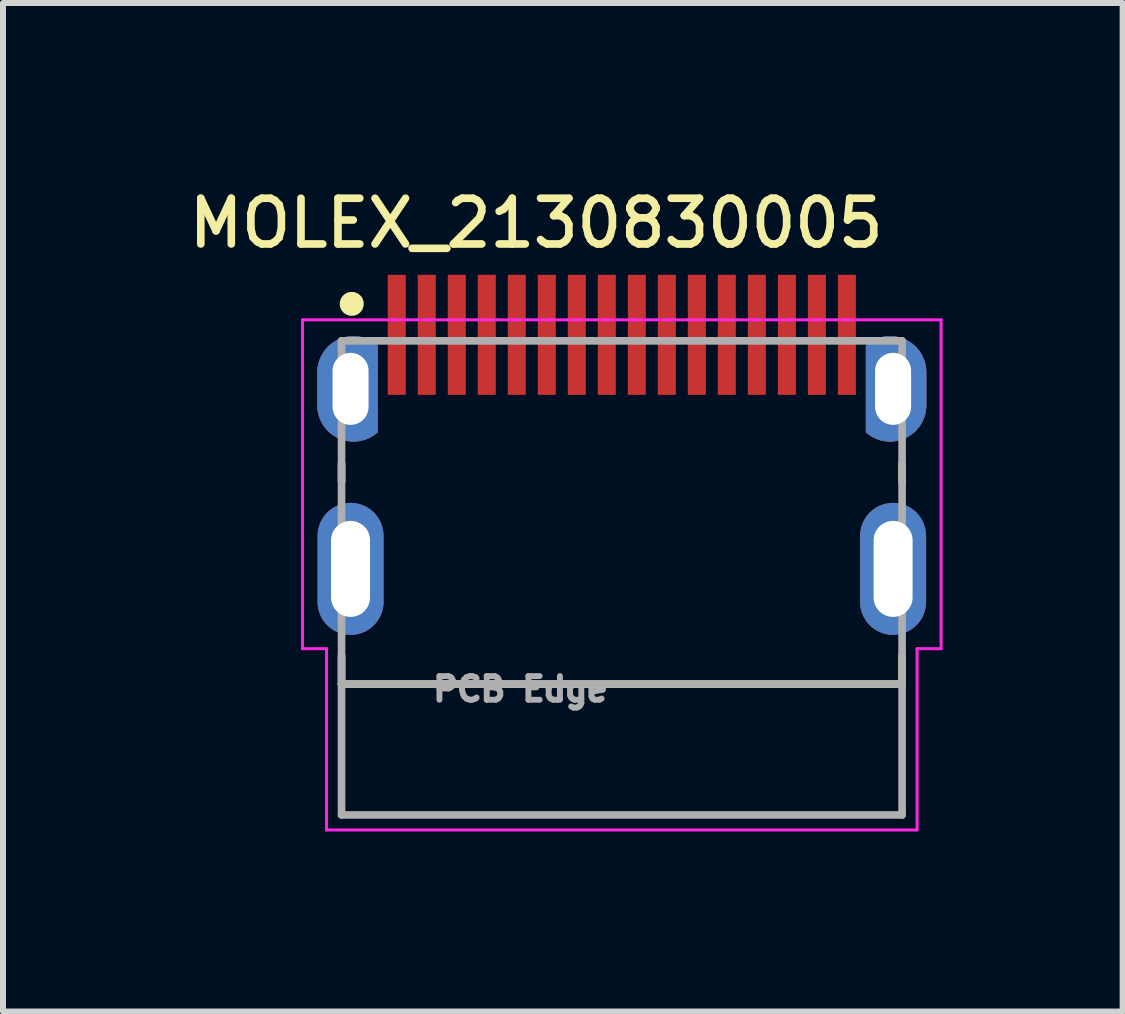
<source format=kicad_pcb>
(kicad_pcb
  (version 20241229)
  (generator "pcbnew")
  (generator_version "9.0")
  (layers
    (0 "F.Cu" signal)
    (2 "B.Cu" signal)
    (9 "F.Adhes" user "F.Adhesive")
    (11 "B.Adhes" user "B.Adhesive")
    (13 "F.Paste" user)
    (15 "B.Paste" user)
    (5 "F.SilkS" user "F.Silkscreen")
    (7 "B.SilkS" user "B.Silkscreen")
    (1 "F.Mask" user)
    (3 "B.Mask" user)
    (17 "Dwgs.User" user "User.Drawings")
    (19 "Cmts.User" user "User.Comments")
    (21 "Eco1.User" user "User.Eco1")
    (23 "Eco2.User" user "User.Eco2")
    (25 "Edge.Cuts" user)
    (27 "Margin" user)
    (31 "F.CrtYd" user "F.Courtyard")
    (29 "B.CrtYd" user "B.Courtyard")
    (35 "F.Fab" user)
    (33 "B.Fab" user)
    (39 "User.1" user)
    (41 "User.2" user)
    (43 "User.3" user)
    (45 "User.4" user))
  (footprint "MOLEX_2130830005"
    (layer "F.Cu")
    (at 7.311 3.029)
    (property "Reference" "MOLEX_2130830005" (at -1.427 -2.36 0) (layer "F.SilkS") (effects (font (size 0.762 0.762) (thickness 0.127))))
    (attr through_hole)
    (fp_poly (pts (xy -5.07 0.125) (xy -5.07 0.675) (xy -5.068 0.721) (xy -5.063 0.767) (xy -5.054 0.812) (xy -5.042 0.857) (xy -5.026 0.9) (xy -5.007 0.942) (xy -4.985 0.982) (xy -4.96 1.021) (xy -4.932 1.057) (xy -4.902 1.092) (xy -4.869 1.124) (xy -4.833 1.153) (xy -4.795 1.179) (xy -4.756 1.203) (xy -4.714 1.223) (xy -4.672 1.24) (xy -4.628 1.254) (xy -4.583 1.264) (xy -4.537 1.271) (xy -4.492 1.274) (xy -4.445 1.274) (xy -4.4 1.27) (xy -4.354 1.263) (xy -4.309 1.253) (xy -4.266 1.239) (xy -4.223 1.221) (xy -4.182 1.201) (xy -4.142 1.177) (xy -4.105 1.15) (xy -4.07 1.121) (xy -4.07 -0.321) (xy -4.105 -0.35) (xy -4.142 -0.377) (xy -4.182 -0.401) (xy -4.223 -0.421) (xy -4.266 -0.439) (xy -4.309 -0.453) (xy -4.354 -0.463) (xy -4.4 -0.47) (xy -4.445 -0.474) (xy -4.492 -0.474) (xy -4.537 -0.471) (xy -4.583 -0.464) (xy -4.628 -0.454) (xy -4.672 -0.44) (xy -4.714 -0.423) (xy -4.756 -0.403) (xy -4.795 -0.379) (xy -4.833 -0.353) (xy -4.869 -0.324) (xy -4.902 -0.292) (xy -4.932 -0.257) (xy -4.96 -0.221) (xy -4.985 -0.182) (xy -5.007 -0.142) (xy -5.026 -0.1) (xy -5.042 -0.057) (xy -5.054 -0.012) (xy -5.063 0.033) (xy -5.068 0.079) (xy -5.07 0.125)) (stroke (width 0.01) (type solid)) (fill yes) (layer "F.Cu"))
    (fp_poly (pts (xy 5.07 0.675) (xy 5.068 0.721) (xy 5.063 0.767) (xy 5.054 0.812) (xy 5.042 0.857) (xy 5.026 0.9) (xy 5.007 0.942) (xy 4.985 0.982) (xy 4.96 1.021) (xy 4.932 1.057) (xy 4.902 1.092) (xy 4.869 1.124) (xy 4.833 1.153) (xy 4.795 1.179) (xy 4.756 1.203) (xy 4.714 1.223) (xy 4.672 1.24) (xy 4.628 1.254) (xy 4.583 1.264) (xy 4.537 1.271) (xy 4.492 1.274) (xy 4.445 1.274) (xy 4.4 1.27) (xy 4.354 1.263) (xy 4.309 1.253) (xy 4.266 1.239) (xy 4.223 1.221) (xy 4.182 1.201) (xy 4.142 1.177) (xy 4.105 1.15) (xy 4.07 1.121) (xy 4.07 -0.321) (xy 4.105 -0.35) (xy 4.142 -0.377) (xy 4.182 -0.401) (xy 4.223 -0.421) (xy 4.266 -0.439) (xy 4.309 -0.453) (xy 4.354 -0.463) (xy 4.4 -0.47) (xy 4.445 -0.474) (xy 4.492 -0.474) (xy 4.537 -0.471) (xy 4.583 -0.464) (xy 4.628 -0.454) (xy 4.672 -0.44) (xy 4.714 -0.423) (xy 4.756 -0.403) (xy 4.795 -0.379) (xy 4.833 -0.353) (xy 4.869 -0.323) (xy 4.902 -0.292) (xy 4.932 -0.257) (xy 4.96 -0.221) (xy 4.985 -0.182) (xy 5.007 -0.142) (xy 5.026 -0.1) (xy 5.042 -0.057) (xy 5.054 -0.012) (xy 5.063 0.033) (xy 5.068 0.079) (xy 5.07 0.125) (xy 5.07 0.675)) (stroke (width 0.01) (type solid)) (fill yes) (layer "F.Cu"))
    (fp_poly (pts (xy 5.17 0.675) (xy 5.168 0.731) (xy 5.161 0.785) (xy 5.15 0.84) (xy 5.135 0.893) (xy 5.116 0.945) (xy 5.093 0.995) (xy 5.065 1.043) (xy 5.035 1.089) (xy 5 1.132) (xy 4.962 1.173) (xy 4.921 1.21) (xy 4.878 1.244) (xy 4.832 1.274) (xy 4.783 1.301) (xy 4.733 1.324) (xy 4.681 1.342) (xy 4.627 1.357) (xy 4.573 1.367) (xy 4.518 1.373) (xy 4.462 1.375) (xy 4.407 1.372) (xy 4.352 1.365) (xy 4.298 1.353) (xy 4.245 1.337) (xy 4.194 1.317) (xy 4.144 1.294) (xy 4.096 1.266) (xy 4.05 1.234) (xy 4.007 1.199) (xy 3.97 1.164) (xy 3.97 -0.364) (xy 4.007 -0.399) (xy 4.05 -0.434) (xy 4.096 -0.466) (xy 4.144 -0.494) (xy 4.194 -0.517) (xy 4.245 -0.537) (xy 4.298 -0.553) (xy 4.352 -0.565) (xy 4.407 -0.572) (xy 4.462 -0.575) (xy 4.518 -0.573) (xy 4.573 -0.567) (xy 4.627 -0.557) (xy 4.681 -0.542) (xy 4.733 -0.524) (xy 4.783 -0.501) (xy 4.832 -0.474) (xy 4.878 -0.444) (xy 4.921 -0.41) (xy 4.962 -0.373) (xy 5 -0.332) (xy 5.035 -0.289) (xy 5.065 -0.243) (xy 5.093 -0.195) (xy 5.116 -0.145) (xy 5.135 -0.093) (xy 5.15 -0.04) (xy 5.161 0.015) (xy 5.168 0.069) (xy 5.17 0.125) (xy 5.17 0.675)) (stroke (width 0.01) (type solid)) (fill yes) (layer "F.Mask"))
    (fp_poly (pts (xy -3.97 1.164) (xy -4.007 1.199) (xy -4.05 1.234) (xy -4.096 1.266) (xy -4.144 1.294) (xy -4.194 1.317) (xy -4.245 1.337) (xy -4.298 1.353) (xy -4.352 1.365) (xy -4.407 1.372) (xy -4.462 1.375) (xy -4.518 1.373) (xy -4.573 1.367) (xy -4.627 1.357) (xy -4.681 1.342) (xy -4.733 1.324) (xy -4.783 1.301) (xy -4.832 1.274) (xy -4.878 1.244) (xy -4.921 1.21) (xy -4.962 1.173) (xy -5 1.132) (xy -5.035 1.089) (xy -5.065 1.043) (xy -5.093 0.995) (xy -5.116 0.945) (xy -5.135 0.893) (xy -5.15 0.84) (xy -5.161 0.785) (xy -5.168 0.731) (xy -5.17 0.675) (xy -5.17 0.125) (xy -5.168 0.069) (xy -5.161 0.015) (xy -5.15 -0.04) (xy -5.135 -0.093) (xy -5.116 -0.145) (xy -5.093 -0.195) (xy -5.065 -0.243) (xy -5.035 -0.289) (xy -5 -0.332) (xy -4.962 -0.373) (xy -4.921 -0.41) (xy -4.878 -0.444) (xy -4.832 -0.474) (xy -4.783 -0.501) (xy -4.733 -0.524) (xy -4.681 -0.542) (xy -4.627 -0.557) (xy -4.573 -0.567) (xy -4.518 -0.573) (xy -4.462 -0.575) (xy -4.407 -0.572) (xy -4.352 -0.565) (xy -4.298 -0.553) (xy -4.245 -0.537) (xy -4.194 -0.517) (xy -4.144 -0.494) (xy -4.096 -0.466) (xy -4.05 -0.434) (xy -4.007 -0.399) (xy -3.97 -0.364) (xy -3.97 1.164) (xy -3.97 1.164)) (stroke (width 0.01) (type solid)) (fill yes) (layer "F.Mask"))
    (fp_poly (pts (xy -5.07 0.125) (xy -5.07 0.675) (xy -5.068 0.721) (xy -5.063 0.767) (xy -5.054 0.812) (xy -5.042 0.857) (xy -5.026 0.9) (xy -5.007 0.942) (xy -4.985 0.982) (xy -4.96 1.021) (xy -4.932 1.057) (xy -4.902 1.092) (xy -4.869 1.124) (xy -4.833 1.153) (xy -4.795 1.179) (xy -4.756 1.203) (xy -4.714 1.223) (xy -4.672 1.24) (xy -4.628 1.254) (xy -4.583 1.264) (xy -4.537 1.271) (xy -4.492 1.274) (xy -4.445 1.274) (xy -4.4 1.27) (xy -4.354 1.263) (xy -4.309 1.253) (xy -4.266 1.239) (xy -4.223 1.221) (xy -4.182 1.201) (xy -4.142 1.177) (xy -4.105 1.15) (xy -4.07 1.121) (xy -4.07 -0.321) (xy -4.105 -0.35) (xy -4.142 -0.377) (xy -4.182 -0.401) (xy -4.223 -0.421) (xy -4.266 -0.439) (xy -4.309 -0.453) (xy -4.354 -0.463) (xy -4.4 -0.47) (xy -4.445 -0.474) (xy -4.492 -0.474) (xy -4.537 -0.471) (xy -4.583 -0.464) (xy -4.628 -0.454) (xy -4.672 -0.44) (xy -4.714 -0.423) (xy -4.756 -0.403) (xy -4.795 -0.379) (xy -4.833 -0.353) (xy -4.869 -0.324) (xy -4.902 -0.292) (xy -4.932 -0.257) (xy -4.96 -0.221) (xy -4.985 -0.182) (xy -5.007 -0.142) (xy -5.026 -0.1) (xy -5.042 -0.057) (xy -5.054 -0.012) (xy -5.063 0.033) (xy -5.068 0.079) (xy -5.07 0.125)) (stroke (width 0.01) (type solid)) (fill yes) (layer "B.Cu"))
    (fp_poly (pts (xy 5.07 0.675) (xy 5.068 0.721) (xy 5.063 0.767) (xy 5.054 0.812) (xy 5.042 0.857) (xy 5.026 0.9) (xy 5.007 0.942) (xy 4.985 0.982) (xy 4.96 1.021) (xy 4.932 1.057) (xy 4.902 1.092) (xy 4.869 1.124) (xy 4.833 1.153) (xy 4.795 1.179) (xy 4.756 1.203) (xy 4.714 1.223) (xy 4.672 1.24) (xy 4.628 1.254) (xy 4.583 1.264) (xy 4.537 1.271) (xy 4.492 1.274) (xy 4.445 1.274) (xy 4.4 1.27) (xy 4.354 1.263) (xy 4.309 1.253) (xy 4.266 1.239) (xy 4.223 1.221) (xy 4.182 1.201) (xy 4.142 1.177) (xy 4.105 1.15) (xy 4.07 1.121) (xy 4.07 -0.321) (xy 4.105 -0.35) (xy 4.142 -0.377) (xy 4.182 -0.401) (xy 4.223 -0.421) (xy 4.266 -0.439) (xy 4.309 -0.453) (xy 4.354 -0.463) (xy 4.4 -0.47) (xy 4.445 -0.474) (xy 4.492 -0.474) (xy 4.537 -0.471) (xy 4.583 -0.464) (xy 4.628 -0.454) (xy 4.672 -0.44) (xy 4.714 -0.423) (xy 4.756 -0.403) (xy 4.795 -0.379) (xy 4.833 -0.353) (xy 4.869 -0.323) (xy 4.902 -0.292) (xy 4.932 -0.257) (xy 4.96 -0.221) (xy 4.985 -0.182) (xy 5.007 -0.142) (xy 5.026 -0.1) (xy 5.042 -0.057) (xy 5.054 -0.012) (xy 5.063 0.033) (xy 5.068 0.079) (xy 5.07 0.125) (xy 5.07 0.675)) (stroke (width 0.01) (type solid)) (fill yes) (layer "B.Cu"))
    (fp_poly (pts (xy 5.17 0.675) (xy 5.168 0.731) (xy 5.161 0.785) (xy 5.15 0.84) (xy 5.135 0.893) (xy 5.116 0.945) (xy 5.093 0.995) (xy 5.065 1.043) (xy 5.035 1.089) (xy 5 1.132) (xy 4.962 1.173) (xy 4.921 1.21) (xy 4.878 1.244) (xy 4.832 1.274) (xy 4.783 1.301) (xy 4.733 1.324) (xy 4.681 1.342) (xy 4.627 1.357) (xy 4.573 1.367) (xy 4.518 1.373) (xy 4.462 1.375) (xy 4.407 1.372) (xy 4.352 1.365) (xy 4.298 1.353) (xy 4.245 1.337) (xy 4.194 1.317) (xy 4.144 1.294) (xy 4.096 1.266) (xy 4.05 1.234) (xy 4.007 1.199) (xy 3.97 1.164) (xy 3.97 -0.364) (xy 4.007 -0.399) (xy 4.05 -0.434) (xy 4.096 -0.466) (xy 4.144 -0.494) (xy 4.194 -0.517) (xy 4.245 -0.537) (xy 4.298 -0.553) (xy 4.352 -0.565) (xy 4.407 -0.572) (xy 4.462 -0.575) (xy 4.518 -0.573) (xy 4.573 -0.567) (xy 4.627 -0.557) (xy 4.681 -0.542) (xy 4.733 -0.524) (xy 4.783 -0.501) (xy 4.832 -0.474) (xy 4.878 -0.444) (xy 4.921 -0.41) (xy 4.962 -0.373) (xy 5 -0.332) (xy 5.035 -0.289) (xy 5.065 -0.243) (xy 5.093 -0.195) (xy 5.116 -0.145) (xy 5.135 -0.093) (xy 5.15 -0.04) (xy 5.161 0.015) (xy 5.168 0.069) (xy 5.17 0.125) (xy 5.17 0.675)) (stroke (width 0.01) (type solid)) (fill yes) (layer "B.Mask"))
    (fp_poly (pts (xy -3.97 1.164) (xy -4.007 1.199) (xy -4.05 1.234) (xy -4.096 1.266) (xy -4.144 1.294) (xy -4.194 1.317) (xy -4.245 1.337) (xy -4.298 1.353) (xy -4.352 1.365) (xy -4.407 1.372) (xy -4.462 1.375) (xy -4.518 1.373) (xy -4.573 1.367) (xy -4.627 1.357) (xy -4.681 1.342) (xy -4.733 1.324) (xy -4.783 1.301) (xy -4.832 1.274) (xy -4.878 1.244) (xy -4.921 1.21) (xy -4.962 1.173) (xy -5 1.132) (xy -5.035 1.089) (xy -5.065 1.043) (xy -5.093 0.995) (xy -5.116 0.945) (xy -5.135 0.893) (xy -5.15 0.84) (xy -5.161 0.785) (xy -5.168 0.731) (xy -5.17 0.675) (xy -5.17 0.125) (xy -5.168 0.069) (xy -5.161 0.015) (xy -5.15 -0.04) (xy -5.135 -0.093) (xy -5.116 -0.145) (xy -5.093 -0.195) (xy -5.065 -0.243) (xy -5.035 -0.289) (xy -5 -0.332) (xy -4.962 -0.373) (xy -4.921 -0.41) (xy -4.878 -0.444) (xy -4.832 -0.474) (xy -4.783 -0.501) (xy -4.733 -0.524) (xy -4.681 -0.542) (xy -4.627 -0.557) (xy -4.573 -0.567) (xy -4.518 -0.573) (xy -4.462 -0.575) (xy -4.407 -0.572) (xy -4.352 -0.565) (xy -4.298 -0.553) (xy -4.245 -0.537) (xy -4.194 -0.517) (xy -4.144 -0.494) (xy -4.096 -0.466) (xy -4.05 -0.434) (xy -4.007 -0.399) (xy -3.97 -0.364) (xy -3.97 1.164) (xy -3.97 1.164)) (stroke (width 0.01) (type solid)) (fill yes) (layer "B.Mask"))
    (fp_line (start -4.67 1.95) (end -4.67 1.65) (stroke (width 0.127) (type solid)) (layer "F.SilkS"))
    (fp_line (start -4.67 4.85) (end -4.67 5.32) (stroke (width 0.127) (type solid)) (layer "F.SilkS"))
    (fp_line (start 4.67 1.95) (end 4.67 1.65) (stroke (width 0.127) (type solid)) (layer "F.SilkS"))
    (fp_line (start 4.67 4.85) (end 4.67 5.32) (stroke (width 0.127) (type solid)) (layer "F.SilkS"))
    (fp_line (start 4.67 5.32) (end -4.67 5.32) (stroke (width 0.127) (type solid)) (layer "F.SilkS"))
    (fp_circle (center -4.5 -1.016) (end -4.4 -1.016) (stroke (width 0.2) (type solid)) (fill no) (layer "F.SilkS"))
    (fp_line (start -5.32 -0.75) (end 5.32 -0.75) (stroke (width 0.05) (type solid)) (layer "F.CrtYd"))
    (fp_line (start -5.32 4.73) (end -5.32 -0.75) (stroke (width 0.05) (type solid)) (layer "F.CrtYd"))
    (fp_line (start -5.32 4.73) (end -4.92 4.73) (stroke (width 0.05) (type solid)) (layer "F.CrtYd"))
    (fp_line (start -4.92 4.73) (end -4.92 7.75) (stroke (width 0.05) (type solid)) (layer "F.CrtYd"))
    (fp_line (start -4.92 7.75) (end 4.92 7.75) (stroke (width 0.05) (type solid)) (layer "F.CrtYd"))
    (fp_line (start 4.92 4.73) (end 4.92 7.75) (stroke (width 0.05) (type solid)) (layer "F.CrtYd"))
    (fp_line (start 5.32 -0.75) (end 5.32 4.73) (stroke (width 0.05) (type solid)) (layer "F.CrtYd"))
    (fp_line (start 5.32 4.73) (end 4.92 4.73) (stroke (width 0.05) (type solid)) (layer "F.CrtYd"))
    (fp_line (start -4.67 -0.4) (end 4.67 -0.4) (stroke (width 0.127) (type solid)) (layer "F.Fab"))
    (fp_line (start -4.67 5.32) (end -4.67 -0.4) (stroke (width 0.127) (type solid)) (layer "F.Fab"))
    (fp_line (start -4.67 7.5) (end -4.67 5.32) (stroke (width 0.127) (type solid)) (layer "F.Fab"))
    (fp_line (start 4.67 -0.4) (end 4.67 5.32) (stroke (width 0.127) (type solid)) (layer "F.Fab"))
    (fp_line (start 4.67 5.32) (end -4.67 5.32) (stroke (width 0.127) (type solid)) (layer "F.Fab"))
    (fp_line (start 4.67 5.32) (end 4.67 7.5) (stroke (width 0.127) (type solid)) (layer "F.Fab"))
    (fp_line (start 4.67 7.5) (end -4.67 7.5) (stroke (width 0.127) (type solid)) (layer "F.Fab"))
    (fp_text user "PCB Edge" (at -1.688 5.403 0) (layer "F.Fab") (effects (font (size 0.394 0.394) (thickness 0.15))))
    (pad "A1" smd rect (at -3.75 -0.5 90) (size 2 0.3) (layers "F.Cu" "F.Mask" "F.Paste"))
    (pad "A4" smd rect (at -2.75 -0.5 90) (size 2 0.3) (layers "F.Cu" "F.Mask" "F.Paste"))
    (pad "A5" smd rect (at -1.75 -0.5 90) (size 2 0.3) (layers "F.Cu" "F.Mask" "F.Paste"))
    (pad "A6" smd rect (at -0.75 -0.5 90) (size 2 0.3) (layers "F.Cu" "F.Mask" "F.Paste"))
    (pad "A7" smd rect (at 0.75 -0.5 90) (size 2 0.3) (layers "F.Cu" "F.Mask" "F.Paste"))
    (pad "A8" smd rect (at 1.75 -0.5 90) (size 2 0.3) (layers "F.Cu" "F.Mask" "F.Paste"))
    (pad "A9" smd rect (at 2.75 -0.5 90) (size 2 0.3) (layers "F.Cu" "F.Mask" "F.Paste"))
    (pad "A12" smd rect (at 3.75 -0.5 90) (size 2 0.3) (layers "F.Cu" "F.Mask" "F.Paste"))
    (pad "B1" smd rect (at 3.25 -0.5 90) (size 2 0.3) (layers "F.Cu" "F.Mask" "F.Paste"))
    (pad "B4" smd rect (at 2.25 -0.5 90) (size 2 0.3) (layers "F.Cu" "F.Mask" "F.Paste"))
    (pad "B5" smd rect (at 1.25 -0.5 90) (size 2 0.3) (layers "F.Cu" "F.Mask" "F.Paste"))
    (pad "B6" smd rect (at 0.25 -0.5 90) (size 2 0.3) (layers "F.Cu" "F.Mask" "F.Paste"))
    (pad "B7" smd rect (at -0.25 -0.5 90) (size 2 0.3) (layers "F.Cu" "F.Mask" "F.Paste"))
    (pad "B8" smd rect (at -1.25 -0.5 90) (size 2 0.3) (layers "F.Cu" "F.Mask" "F.Paste"))
    (pad "B9" smd rect (at -2.25 -0.5 90) (size 2 0.3) (layers "F.Cu" "F.Mask" "F.Paste"))
    (pad "B12" smd rect (at -3.25 -0.5 90) (size 2 0.3) (layers "F.Cu" "F.Mask" "F.Paste"))
    (pad "SH1" thru_hole oval (at -4.52 0.4) (size 0.8 1.6) (drill oval 0.6 1.2) (layers "*.Cu"))
    (pad "SH2" thru_hole oval (at -4.52 3.4) (size 1.1 2.2) (drill oval 0.65 1.6) (layers "*.Cu" "*.Mask"))
    (pad "SH3" thru_hole oval (at 4.52 3.4) (size 1.1 2.2) (drill oval 0.65 1.6) (layers "*.Cu" "*.Mask"))
    (pad "SH4" thru_hole oval (at 4.52 0.4) (size 0.8 1.6) (drill oval 0.6 1.2) (layers "*.Cu"))
    (zone (net_name "") (layers "F.Cu" "B.Cu") (hatch full 0.508) (connect_pads) (min_thickness 0.01) (filled_areas_thickness no) (keepout (tracks allowed) (vias not_allowed) (pads allowed) (copperpour allowed) (footprints allowed)) (placement (enabled no)) (fill) (polygon (pts (xy 11.011 8.349) (xy 3.611 8.349) (xy 3.611 3.849) (xy 11.011 3.849))))
    (zone (net_name "") (layers "F.Cu" "B.Cu") (hatch full 0.508) (connect_pads) (min_thickness 0.01) (filled_areas_thickness no) (keepout (tracks not_allowed) (vias not_allowed) (pads not_allowed) (copperpour not_allowed) (footprints allowed)) (placement (enabled no)) (fill) (polygon (pts (xy 11.011 8.349) (xy 3.611 8.349) (xy 3.611 3.849) (xy 11.011 3.849))))
    (zone (net_name "") (layer "B.Cu") (hatch full 0.508) (connect_pads) (min_thickness 0.01) (filled_areas_thickness no) (keepout (tracks not_allowed) (vias not_allowed) (pads not_allowed) (copperpour not_allowed) (footprints allowed)) (placement (enabled no)) (fill) (polygon (pts (xy 11.011 8.349) (xy 3.611 8.349) (xy 3.611 3.849) (xy 11.011 3.849)))))
  (gr_rect
    (start -3 -3)
    (end 15.656 13.804)
    (stroke (width 0.1) (type default))
    (fill no)
    (layer "Edge.Cuts")))
</source>
